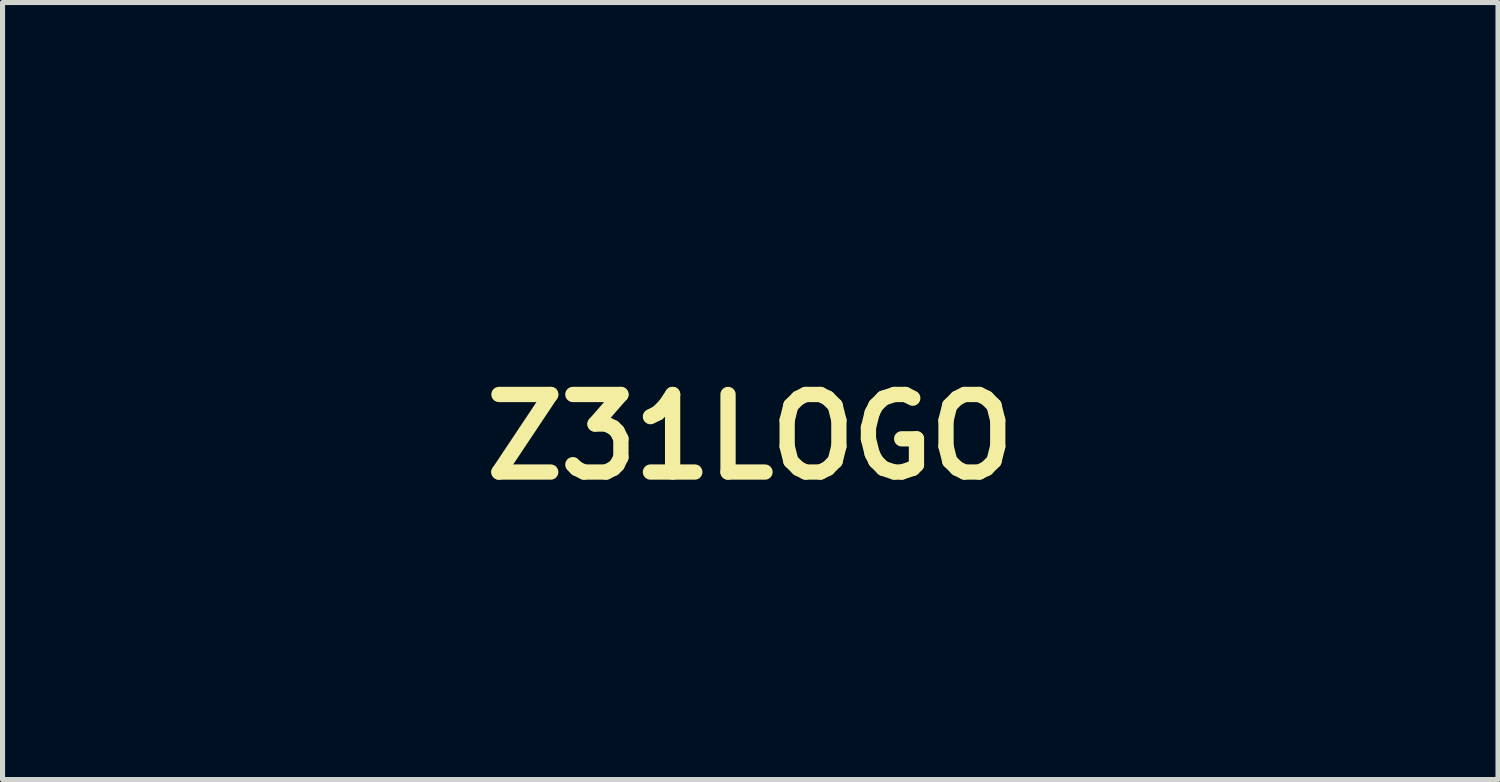
<source format=kicad_pcb>
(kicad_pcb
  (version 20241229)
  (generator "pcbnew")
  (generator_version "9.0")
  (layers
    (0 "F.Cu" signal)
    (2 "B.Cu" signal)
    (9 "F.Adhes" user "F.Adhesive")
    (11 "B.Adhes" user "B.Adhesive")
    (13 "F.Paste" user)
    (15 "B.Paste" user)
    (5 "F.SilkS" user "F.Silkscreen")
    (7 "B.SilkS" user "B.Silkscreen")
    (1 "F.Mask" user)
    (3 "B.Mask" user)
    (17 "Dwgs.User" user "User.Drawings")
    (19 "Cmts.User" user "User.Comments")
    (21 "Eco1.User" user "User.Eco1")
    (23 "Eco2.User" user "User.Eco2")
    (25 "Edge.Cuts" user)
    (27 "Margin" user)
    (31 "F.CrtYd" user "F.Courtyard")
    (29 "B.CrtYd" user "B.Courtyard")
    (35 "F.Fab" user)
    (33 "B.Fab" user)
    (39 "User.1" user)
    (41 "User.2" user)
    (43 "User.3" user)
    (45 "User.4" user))
  (footprint "Z31LOGO"
    (layer "F.Cu")
    (at 11.686 5.533)
    (property "Reference" "Z31LOGO" (at 0 0 0) (layer "F.SilkS") (effects (font (size 1.524 1.524) (thickness 0.3))))
    (attr through_hole)
    (fp_poly (pts (xy 5.562 -1.141) (xy 5.256 -0.876) (xy 4.923 -0.627) (xy 4.635 -0.446) (xy 4.63 -0.443) (xy 4.191 -0.212) (xy 0.487 -0.169) (xy -0.287 -0.161) (xy -1.006 -0.156) (xy -1.653 -0.153) (xy -2.21 -0.152) (xy -2.662 -0.154) (xy -2.991 -0.158) (xy -3.179 -0.165) (xy -3.217 -0.171) (xy -3.146 -0.222) (xy -2.949 -0.335) (xy -2.652 -0.495) (xy -2.281 -0.689) (xy -2.053 -0.806) (xy -0.889 -1.397) (xy 1.101 -1.461) (xy 1.783 -1.483) (xy 2.517 -1.506) (xy 3.25 -1.528) (xy 3.929 -1.548) (xy 4.5 -1.564) (xy 4.572 -1.566) (xy 6.054 -1.608) (xy 5.562 -1.141)) (stroke (width 0.01) (type solid)) (fill no) (layer "Eco2.User"))
    (fp_poly (pts (xy 0.492 1.869) (xy 0.804 1.908) (xy 1.011 1.967) (xy 1.052 1.996) (xy 1.151 2.192) (xy 1.189 2.474) (xy 1.166 2.769) (xy 1.085 3.008) (xy 1.03 3.077) (xy 0.857 3.154) (xy 0.567 3.205) (xy 0.206 3.23) (xy -0.18 3.229) (xy -0.545 3.204) (xy -0.842 3.154) (xy -1.027 3.079) (xy -1.045 3.062) (xy -1.144 2.858) (xy -1.166 2.706) (xy -0.929 2.706) (xy -0.908 2.879) (xy -0.824 2.981) (xy -0.65 3.028) (xy -0.358 3.038) (xy 0.02 3.03) (xy 0.889 3.006) (xy 0.889 2.074) (xy -0.889 2.074) (xy -0.916 2.444) (xy -0.929 2.706) (xy -1.166 2.706) (xy -1.185 2.574) (xy -1.168 2.28) (xy -1.092 2.049) (xy -1.052 1.996) (xy -0.897 1.928) (xy -0.62 1.881) (xy -0.266 1.856) (xy 0.12 1.852) (xy 0.492 1.869)) (stroke (width 0.01) (type solid)) (fill no) (layer "Eco2.User"))
    (fp_poly (pts (xy -4.383 1.863) (xy -4.077 1.89) (xy -3.873 1.937) (xy -3.827 1.964) (xy -3.771 2.101) (xy -3.734 2.344) (xy -3.725 2.54) (xy -3.743 2.82) (xy -3.787 3.037) (xy -3.827 3.116) (xy -3.969 3.171) (xy -4.235 3.207) (xy -4.578 3.224) (xy -4.955 3.222) (xy -5.319 3.203) (xy -5.626 3.166) (xy -5.831 3.113) (xy -5.878 3.084) (xy -5.971 2.897) (xy -5.998 2.706) (xy -5.755 2.706) (xy -5.734 2.879) (xy -5.65 2.981) (xy -5.476 3.028) (xy -5.184 3.038) (xy -4.806 3.03) (xy -3.937 3.006) (xy -3.937 2.074) (xy -5.715 2.074) (xy -5.742 2.444) (xy -5.755 2.706) (xy -5.998 2.706) (xy -6.011 2.62) (xy -5.999 2.323) (xy -5.934 2.079) (xy -5.878 1.996) (xy -5.734 1.936) (xy -5.467 1.892) (xy -5.123 1.864) (xy -4.747 1.855) (xy -4.383 1.863)) (stroke (width 0.01) (type solid)) (fill no) (layer "Eco2.User"))
    (fp_poly (pts (xy 0.581 -5.527) (xy 1.048 -5.524) (xy 1.401 -5.519) (xy 1.622 -5.512) (xy 1.692 -5.503) (xy 1.62 -5.452) (xy 1.423 -5.337) (xy 1.127 -5.174) (xy 0.756 -4.976) (xy 0.511 -4.847) (xy -0.668 -4.233) (xy -2.096 -4.233) (xy -2.654 -4.23) (xy -3.067 -4.22) (xy -3.357 -4.199) (xy -3.549 -4.168) (xy -3.666 -4.124) (xy -3.688 -4.109) (xy -3.803 -4.055) (xy -3.998 -4.018) (xy -4.298 -3.995) (xy -4.729 -3.984) (xy -5.022 -3.982) (xy -6.192 -3.979) (xy -6.023 -4.217) (xy -5.746 -4.543) (xy -5.394 -4.87) (xy -5.023 -5.151) (xy -4.697 -5.335) (xy -4.585 -5.378) (xy -4.457 -5.413) (xy -4.294 -5.441) (xy -4.079 -5.463) (xy -3.793 -5.48) (xy -3.418 -5.493) (xy -2.934 -5.504) (xy -2.323 -5.512) (xy -1.567 -5.519) (xy -1.313 -5.521) (xy -0.619 -5.526) (xy 0.019 -5.528) (xy 0.581 -5.527)) (stroke (width 0.01) (type solid)) (fill no) (layer "Eco2.User"))
    (fp_poly (pts (xy 3.825 -5.517) (xy 4.284 -5.511) (xy 4.691 -5.5) (xy 5.013 -5.484) (xy 5.215 -5.467) (xy 5.257 -5.458) (xy 5.392 -5.347) (xy 5.402 -5.174) (xy 5.285 -4.992) (xy 5.271 -4.979) (xy 5.162 -4.911) (xy 4.92 -4.776) (xy 4.565 -4.586) (xy 4.116 -4.349) (xy 3.591 -4.075) (xy 3.008 -3.775) (xy 2.582 -3.558) (xy 1.844 -3.181) (xy 1.034 -2.769) (xy 0.199 -2.342) (xy -0.62 -1.923) (xy -1.379 -1.535) (xy -2.034 -1.199) (xy -2.082 -1.175) (xy -2.632 -0.894) (xy -3.131 -0.641) (xy -3.561 -0.426) (xy -3.901 -0.258) (xy -4.133 -0.147) (xy -4.237 -0.103) (xy -4.241 -0.102) (xy -4.333 -0.112) (xy -4.564 -0.125) (xy -4.902 -0.141) (xy -5.316 -0.159) (xy -5.494 -0.166) (xy -5.988 -0.187) (xy -6.338 -0.211) (xy -6.57 -0.241) (xy -6.712 -0.281) (xy -6.788 -0.334) (xy -6.802 -0.353) (xy -6.84 -0.519) (xy -6.779 -0.629) (xy -6.672 -0.707) (xy -6.439 -0.848) (xy -6.103 -1.038) (xy -5.688 -1.264) (xy -5.22 -1.511) (xy -5.09 -1.579) (xy -4.524 -1.871) (xy -3.921 -2.183) (xy -3.329 -2.489) (xy -2.797 -2.765) (xy -2.413 -2.964) (xy -2.014 -3.17) (xy -1.503 -3.435) (xy -0.917 -3.737) (xy -0.296 -4.057) (xy 0.323 -4.376) (xy 0.621 -4.529) (xy 2.554 -5.524) (xy 3.825 -5.517)) (stroke (width 0.01) (type solid)) (fill no) (layer "Eco2.User"))
    (fp_poly (pts (xy 1.954 1.602) (xy 2.077 1.737) (xy 2.151 1.869) (xy 2.188 2.046) (xy 2.2 2.316) (xy 2.201 2.54) (xy 2.197 2.888) (xy 2.176 3.114) (xy 2.126 3.267) (xy 2.034 3.395) (xy 1.954 3.478) (xy 1.706 3.725) (xy -1.706 3.725) (xy -1.954 3.478) (xy -2.077 3.343) (xy -2.151 3.211) (xy -2.188 3.034) (xy -2.2 2.764) (xy -2.201 2.555) (xy -2.032 2.555) (xy -2.024 2.882) (xy -1.991 3.093) (xy -1.918 3.241) (xy -1.824 3.348) (xy -1.748 3.42) (xy -1.666 3.473) (xy -1.555 3.51) (xy -1.388 3.534) (xy -1.14 3.548) (xy -0.786 3.554) (xy -0.301 3.556) (xy 0 3.556) (xy 0.561 3.555) (xy 0.977 3.552) (xy 1.275 3.542) (xy 1.48 3.524) (xy 1.616 3.494) (xy 1.709 3.449) (xy 1.785 3.387) (xy 1.824 3.348) (xy 1.937 3.212) (xy 2 3.056) (xy 2.027 2.825) (xy 2.032 2.555) (xy 2.02 2.203) (xy 1.975 1.965) (xy 1.887 1.788) (xy 1.857 1.747) (xy 1.681 1.524) (xy -1.681 1.524) (xy -1.857 1.747) (xy -1.958 1.917) (xy -2.012 2.134) (xy -2.031 2.453) (xy -2.032 2.555) (xy -2.201 2.555) (xy -2.201 2.54) (xy -2.197 2.192) (xy -2.176 1.966) (xy -2.126 1.813) (xy -2.034 1.685) (xy -1.954 1.602) (xy -1.706 1.355) (xy 1.706 1.355) (xy 1.954 1.602)) (stroke (width 0.01) (type solid)) (fill no) (layer "Eco2.User"))
    (fp_poly (pts (xy 4.73 1.374) (xy 6.731 1.397) (xy 6.731 1.651) (xy 6.721 1.76) (xy 6.676 1.856) (xy 6.571 1.957) (xy 6.383 2.083) (xy 6.088 2.252) (xy 5.757 2.433) (xy 4.784 2.961) (xy 6.689 2.963) (xy 6.689 3.725) (xy 2.455 3.725) (xy 2.455 3.435) (xy 2.456 3.417) (xy 2.64 3.417) (xy 2.644 3.462) (xy 2.691 3.496) (xy 2.8 3.52) (xy 2.991 3.537) (xy 3.283 3.548) (xy 3.695 3.554) (xy 4.248 3.556) (xy 4.566 3.556) (xy 6.519 3.556) (xy 6.519 3.137) (xy 5.319 3.114) (xy 4.119 3.09) (xy 5.129 2.547) (xy 5.664 2.256) (xy 6.063 2.029) (xy 6.34 1.858) (xy 6.512 1.732) (xy 6.593 1.642) (xy 6.604 1.603) (xy 6.522 1.578) (xy 6.29 1.557) (xy 5.926 1.54) (xy 5.449 1.529) (xy 4.876 1.524) (xy 4.741 1.524) (xy 2.879 1.524) (xy 2.879 1.947) (xy 4 1.949) (xy 5.122 1.95) (xy 3.895 2.614) (xy 3.463 2.855) (xy 3.099 3.073) (xy 2.827 3.251) (xy 2.669 3.376) (xy 2.64 3.417) (xy 2.456 3.417) (xy 2.461 3.311) (xy 2.496 3.212) (xy 2.584 3.115) (xy 2.749 3.001) (xy 3.016 2.85) (xy 3.387 2.652) (xy 4.319 2.159) (xy 3.52 2.135) (xy 3.123 2.118) (xy 2.868 2.085) (xy 2.727 2.017) (xy 2.674 1.895) (xy 2.68 1.703) (xy 2.696 1.586) (xy 2.729 1.352) (xy 4.73 1.374)) (stroke (width 0.01) (type solid)) (fill no) (layer "Eco2.User"))
    (fp_poly (pts (xy -4.284 1.355) (xy -3.847 1.359) (xy -3.529 1.368) (xy -3.307 1.384) (xy -3.156 1.412) (xy -3.05 1.453) (xy -2.965 1.509) (xy -2.905 1.559) (xy -2.788 1.672) (xy -2.715 1.795) (xy -2.672 1.972) (xy -2.649 2.247) (xy -2.637 2.488) (xy -2.625 2.842) (xy -2.632 3.072) (xy -2.668 3.224) (xy -2.744 3.343) (xy -2.864 3.469) (xy -3.12 3.725) (xy -6.532 3.725) (xy -6.78 3.478) (xy -6.904 3.342) (xy -6.978 3.208) (xy -7.014 3.028) (xy -7.026 2.754) (xy -7.027 2.555) (xy -6.858 2.555) (xy -6.85 2.882) (xy -6.817 3.093) (xy -6.744 3.241) (xy -6.65 3.348) (xy -6.574 3.42) (xy -6.492 3.473) (xy -6.381 3.51) (xy -6.214 3.534) (xy -5.966 3.548) (xy -5.612 3.554) (xy -5.127 3.556) (xy -4.826 3.556) (xy -4.265 3.555) (xy -3.849 3.552) (xy -3.551 3.542) (xy -3.346 3.524) (xy -3.21 3.494) (xy -3.117 3.449) (xy -3.041 3.387) (xy -3.002 3.348) (xy -2.89 3.215) (xy -2.827 3.061) (xy -2.799 2.836) (xy -2.794 2.54) (xy -2.801 2.21) (xy -2.833 1.996) (xy -2.901 1.848) (xy -3.002 1.732) (xy -3.077 1.66) (xy -3.158 1.608) (xy -3.268 1.571) (xy -3.433 1.546) (xy -3.678 1.533) (xy -4.027 1.526) (xy -4.506 1.524) (xy -4.858 1.524) (xy -6.507 1.524) (xy -6.683 1.747) (xy -6.784 1.917) (xy -6.838 2.134) (xy -6.857 2.453) (xy -6.858 2.555) (xy -7.027 2.555) (xy -7.027 2.553) (xy -7.021 2.2) (xy -6.996 1.966) (xy -6.939 1.801) (xy -6.839 1.653) (xy -6.808 1.615) (xy -6.589 1.355) (xy -4.866 1.355) (xy -4.284 1.355)) (stroke (width 0.01) (type solid)) (fill no) (layer "Eco2.User"))
    (fp_poly (pts (xy 8.247 1.405) (xy 8.494 1.501) (xy 8.749 1.634) (xy 9.272 1.921) (xy 9.779 1.637) (xy 10.082 1.48) (xy 10.322 1.397) (xy 10.579 1.371) (xy 10.831 1.375) (xy 11.143 1.402) (xy 11.346 1.451) (xy 11.407 1.497) (xy 11.356 1.585) (xy 11.192 1.737) (xy 10.944 1.928) (xy 10.795 2.032) (xy 10.482 2.252) (xy 10.299 2.405) (xy 10.226 2.509) (xy 10.241 2.578) (xy 10.349 2.672) (xy 10.562 2.831) (xy 10.844 3.028) (xy 11.009 3.139) (xy 11.299 3.339) (xy 11.527 3.509) (xy 11.661 3.625) (xy 11.684 3.657) (xy 11.606 3.688) (xy 11.397 3.712) (xy 11.097 3.724) (xy 10.962 3.725) (xy 10.604 3.721) (xy 10.358 3.699) (xy 10.167 3.643) (xy 9.972 3.537) (xy 9.763 3.397) (xy 9.286 3.069) (xy 8.779 3.397) (xy 8.518 3.56) (xy 8.313 3.657) (xy 8.105 3.706) (xy 7.831 3.723) (xy 7.565 3.725) (xy 7.243 3.718) (xy 6.999 3.7) (xy 6.872 3.673) (xy 6.862 3.662) (xy 6.929 3.59) (xy 7.107 3.446) (xy 7.367 3.253) (xy 7.597 3.09) (xy 7.901 2.873) (xy 8.148 2.684) (xy 8.307 2.549) (xy 8.35 2.498) (xy 8.293 2.418) (xy 8.123 2.276) (xy 7.869 2.096) (xy 7.736 2.009) (xy 7.457 1.819) (xy 7.248 1.651) (xy 7.172 1.566) (xy 7.422 1.566) (xy 8.029 1.969) (xy 8.304 2.165) (xy 8.514 2.34) (xy 8.626 2.466) (xy 8.636 2.494) (xy 8.571 2.596) (xy 8.397 2.76) (xy 8.148 2.956) (xy 8.065 3.016) (xy 7.729 3.252) (xy 7.523 3.406) (xy 7.434 3.497) (xy 7.455 3.541) (xy 7.574 3.555) (xy 7.752 3.556) (xy 8 3.54) (xy 8.22 3.479) (xy 8.468 3.351) (xy 8.721 3.188) (xy 9.269 2.819) (xy 9.83 3.193) (xy 10.133 3.385) (xy 10.353 3.494) (xy 10.544 3.54) (xy 10.761 3.542) (xy 10.791 3.54) (xy 11.19 3.514) (xy 10.548 3.068) (xy 10.266 2.86) (xy 10.047 2.673) (xy 9.923 2.536) (xy 9.906 2.495) (xy 9.973 2.394) (xy 10.151 2.233) (xy 10.408 2.042) (xy 10.52 1.967) (xy 11.134 1.566) (xy 10.795 1.538) (xy 10.567 1.543) (xy 10.319 1.61) (xy 10.002 1.753) (xy 9.857 1.828) (xy 9.258 2.148) (xy 8.692 1.831) (xy 8.352 1.655) (xy 8.094 1.563) (xy 7.863 1.537) (xy 7.774 1.54) (xy 7.422 1.566) (xy 7.172 1.566) (xy 7.141 1.532) (xy 7.133 1.501) (xy 7.237 1.436) (xy 7.478 1.389) (xy 7.697 1.372) (xy 8.006 1.368) (xy 8.247 1.405)) (stroke (width 0.01) (type solid)) (fill no) (layer "Eco2.User"))
    (fp_poly (pts (xy -8.341 1.371) (xy -8.097 1.384) (xy -7.929 1.406) (xy -7.815 1.44) (xy -7.733 1.486) (xy -7.699 1.511) (xy -7.558 1.681) (xy -7.513 1.917) (xy -7.514 2) (xy -7.524 2.456) (xy -7.52 2.883) (xy -7.514 3.08) (xy -7.538 3.346) (xy -7.651 3.526) (xy -7.697 3.567) (xy -7.775 3.62) (xy -7.877 3.659) (xy -8.027 3.687) (xy -8.248 3.706) (xy -8.562 3.718) (xy -8.994 3.723) (xy -9.566 3.725) (xy -9.732 3.725) (xy -10.274 3.723) (xy -10.757 3.716) (xy -11.158 3.705) (xy -11.45 3.692) (xy -11.608 3.676) (xy -11.628 3.669) (xy -11.681 3.518) (xy -11.664 3.314) (xy -11.583 3.151) (xy -11.582 3.15) (xy -11.47 3.107) (xy -11.224 3.076) (xy -10.834 3.057) (xy -10.289 3.049) (xy -10.058 3.048) (xy -9.501 3.043) (xy -9.072 3.029) (xy -8.782 3.006) (xy -8.646 2.975) (xy -8.636 2.963) (xy -8.718 2.929) (xy -8.956 2.903) (xy -9.334 2.886) (xy -9.84 2.879) (xy -9.938 2.879) (xy -10.484 2.875) (xy -10.882 2.86) (xy -11.154 2.826) (xy -11.321 2.768) (xy -11.404 2.679) (xy -11.426 2.553) (xy -11.415 2.439) (xy -11.4 2.365) (xy -11.36 2.312) (xy -11.272 2.276) (xy -11.109 2.252) (xy -10.846 2.238) (xy -10.458 2.227) (xy -10.077 2.22) (xy -9.48 2.203) (xy -9.048 2.178) (xy -8.782 2.148) (xy -8.683 2.116) (xy -8.75 2.085) (xy -8.984 2.059) (xy -9.386 2.04) (xy -9.956 2.032) (xy -10.048 2.032) (xy -10.622 2.029) (xy -11.047 2.017) (xy -11.345 1.989) (xy -11.535 1.94) (xy -11.639 1.865) (xy -11.678 1.758) (xy -11.674 1.649) (xy -11.501 1.649) (xy -11.499 1.672) (xy -11.473 1.726) (xy -11.405 1.767) (xy -11.27 1.798) (xy -11.045 1.82) (xy -10.708 1.839) (xy -10.234 1.855) (xy -9.99 1.863) (xy -8.509 1.905) (xy -8.509 2.328) (xy -9.864 2.371) (xy -10.381 2.389) (xy -10.752 2.409) (xy -10.999 2.433) (xy -11.143 2.465) (xy -11.208 2.506) (xy -11.218 2.54) (xy -11.193 2.589) (xy -11.104 2.627) (xy -10.927 2.656) (xy -10.64 2.678) (xy -10.221 2.697) (xy -9.864 2.709) (xy -8.509 2.752) (xy -8.509 3.175) (xy -9.99 3.217) (xy -10.527 3.234) (xy -10.919 3.252) (xy -11.188 3.272) (xy -11.357 3.299) (xy -11.451 3.335) (xy -11.492 3.383) (xy -11.499 3.408) (xy -11.497 3.457) (xy -11.459 3.494) (xy -11.362 3.52) (xy -11.187 3.538) (xy -10.912 3.548) (xy -10.518 3.554) (xy -9.985 3.556) (xy -9.705 3.556) (xy -9.105 3.555) (xy -8.652 3.552) (xy -8.323 3.545) (xy -8.095 3.53) (xy -7.946 3.506) (xy -7.853 3.471) (xy -7.794 3.423) (xy -7.752 3.368) (xy -7.634 3.089) (xy -7.656 2.824) (xy -7.753 2.673) (xy -7.842 2.556) (xy -7.798 2.454) (xy -7.753 2.407) (xy -7.634 2.179) (xy -7.655 1.904) (xy -7.752 1.712) (xy -7.8 1.65) (xy -7.863 1.604) (xy -7.962 1.57) (xy -8.119 1.548) (xy -8.359 1.534) (xy -8.703 1.527) (xy -9.174 1.524) (xy -9.705 1.524) (xy -10.306 1.525) (xy -10.758 1.529) (xy -11.081 1.537) (xy -11.297 1.551) (xy -11.425 1.574) (xy -11.486 1.606) (xy -11.501 1.649) (xy -11.674 1.649) (xy -11.672 1.613) (xy -11.669 1.592) (xy -11.642 1.397) (xy -9.769 1.374) (xy -9.155 1.368) (xy -8.686 1.366) (xy -8.341 1.371)) (stroke (width 0.01) (type solid)) (fill no) (layer "Eco2.User")))
  (gr_rect
    (start -3 -3)
    (end 26.375 12.263)
    (stroke (width 0.1) (type default))
    (fill no)
    (layer "Edge.Cuts")))
</source>
